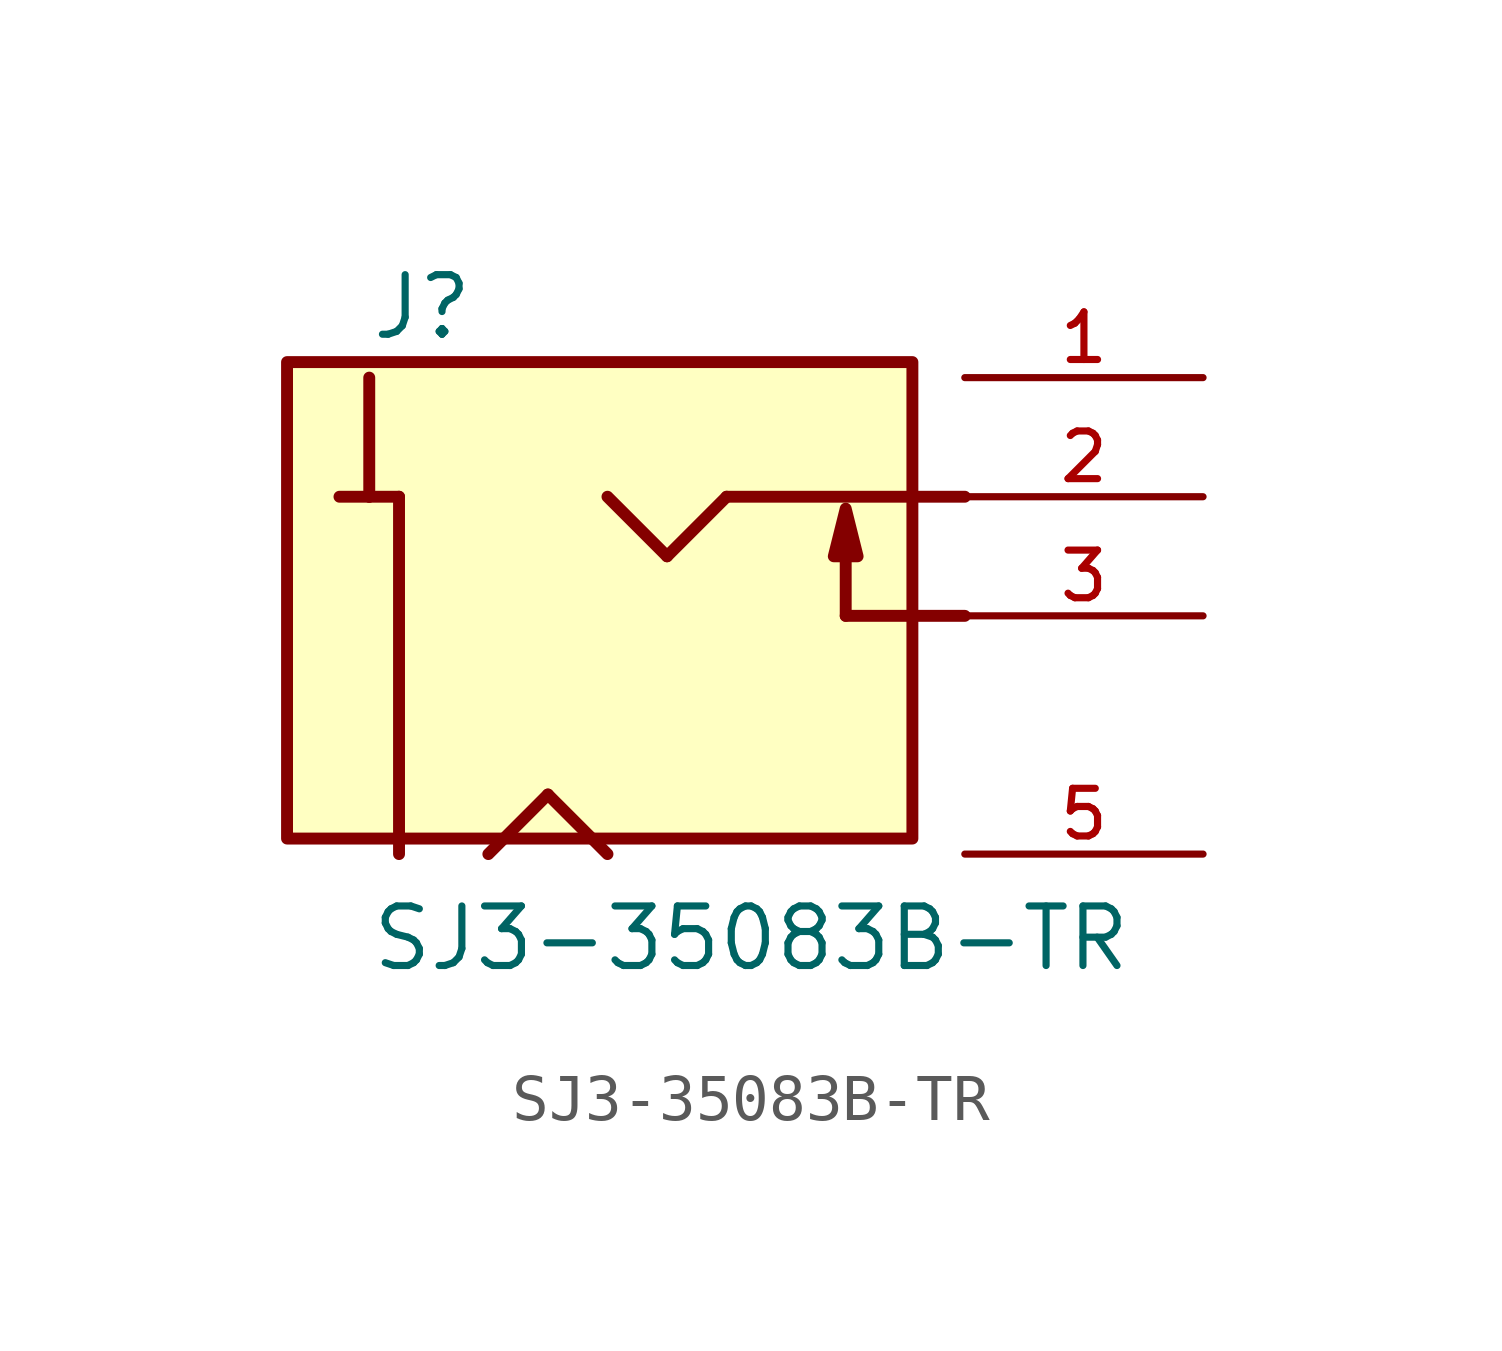
<source format=kicad_sym>
(kicad_symbol_lib
  (version 20211014)
  (generator kicad_symbol_editor)
  (symbol "SJ3-35083B-TR"
    (pin_names
      (offset 1.016))
    (property "Reference" "J"
      (at -7.62 5.842 0)
      (effects (font (size 1.27 1.27)) (justify bottom left)))
    (property "Value" "SJ3-35083B-TR"
      (at -7.62 -7.62 0)
      (effects (font (size 1.27 1.27)) (justify bottom left)))
    (symbol "SJ3-35083B-TR_0_0"
      (polyline (pts (xy -7.62 5.08) (xy -7.62 2.54)) (stroke (width 0.254)))
      (polyline (pts (xy -7.62 2.54) (xy -6.985 2.54)) (stroke (width 0.254)))
      (polyline (pts (xy -6.985 2.54) (xy -6.985 -5.08)) (stroke (width 0.254)))
      (polyline (pts (xy -8.255 2.54) (xy -7.62 2.54)) (stroke (width 0.254)))
      (polyline (pts (xy -5.08 -5.08) (xy -3.81 -3.81)) (stroke (width 0.254)))
      (polyline (pts (xy -3.81 -3.81) (xy -2.54 -5.08)) (stroke (width 0.254)))
      (polyline (pts (xy -2.54 2.54) (xy -1.27 1.27)) (stroke (width 0.254)))
      (polyline (pts (xy -1.27 1.27) (xy 0.0 2.54)) (stroke (width 0.254)))
      (polyline (pts (xy 2.54 2.286) (xy 2.794 1.27) (xy 2.286 1.27) (xy 2.54 2.286)) (stroke (width 0.254)) (fill (type outline)))
      (polyline (pts (xy 2.54 0.0) (xy 5.08 0.0)) (stroke (width 0.254)))
      (polyline (pts (xy 0.0 2.54) (xy 5.08 2.54)) (stroke (width 0.254)))
      (polyline (pts (xy 2.54 0.0) (xy 2.54 1.27)) (stroke (width 0.254)))
      (rectangle (start -9.373 -4.749) (end 3.962 5.411) (stroke (width 0.254)) (fill (type background)))
      (pin passive line (at 10.16 5.08 180.0) (length 5.08) (name "~" (effects (font (size 1.016 1.016)))) (number "1" (effects (font (size 1.016 1.016)))))
      (pin passive line (at 10.16 2.54 180.0) (length 5.08) (name "~" (effects (font (size 1.016 1.016)))) (number "2" (effects (font (size 1.016 1.016)))))
      (pin passive line (at 10.16 0.0 180.0) (length 5.08) (name "~" (effects (font (size 1.016 1.016)))) (number "3" (effects (font (size 1.016 1.016)))))
      (pin passive line (at 10.16 -5.08 180.0) (length 5.08) (name "~" (effects (font (size 1.016 1.016)))) (number "5" (effects (font (size 1.016 1.016))))))))
</source>
